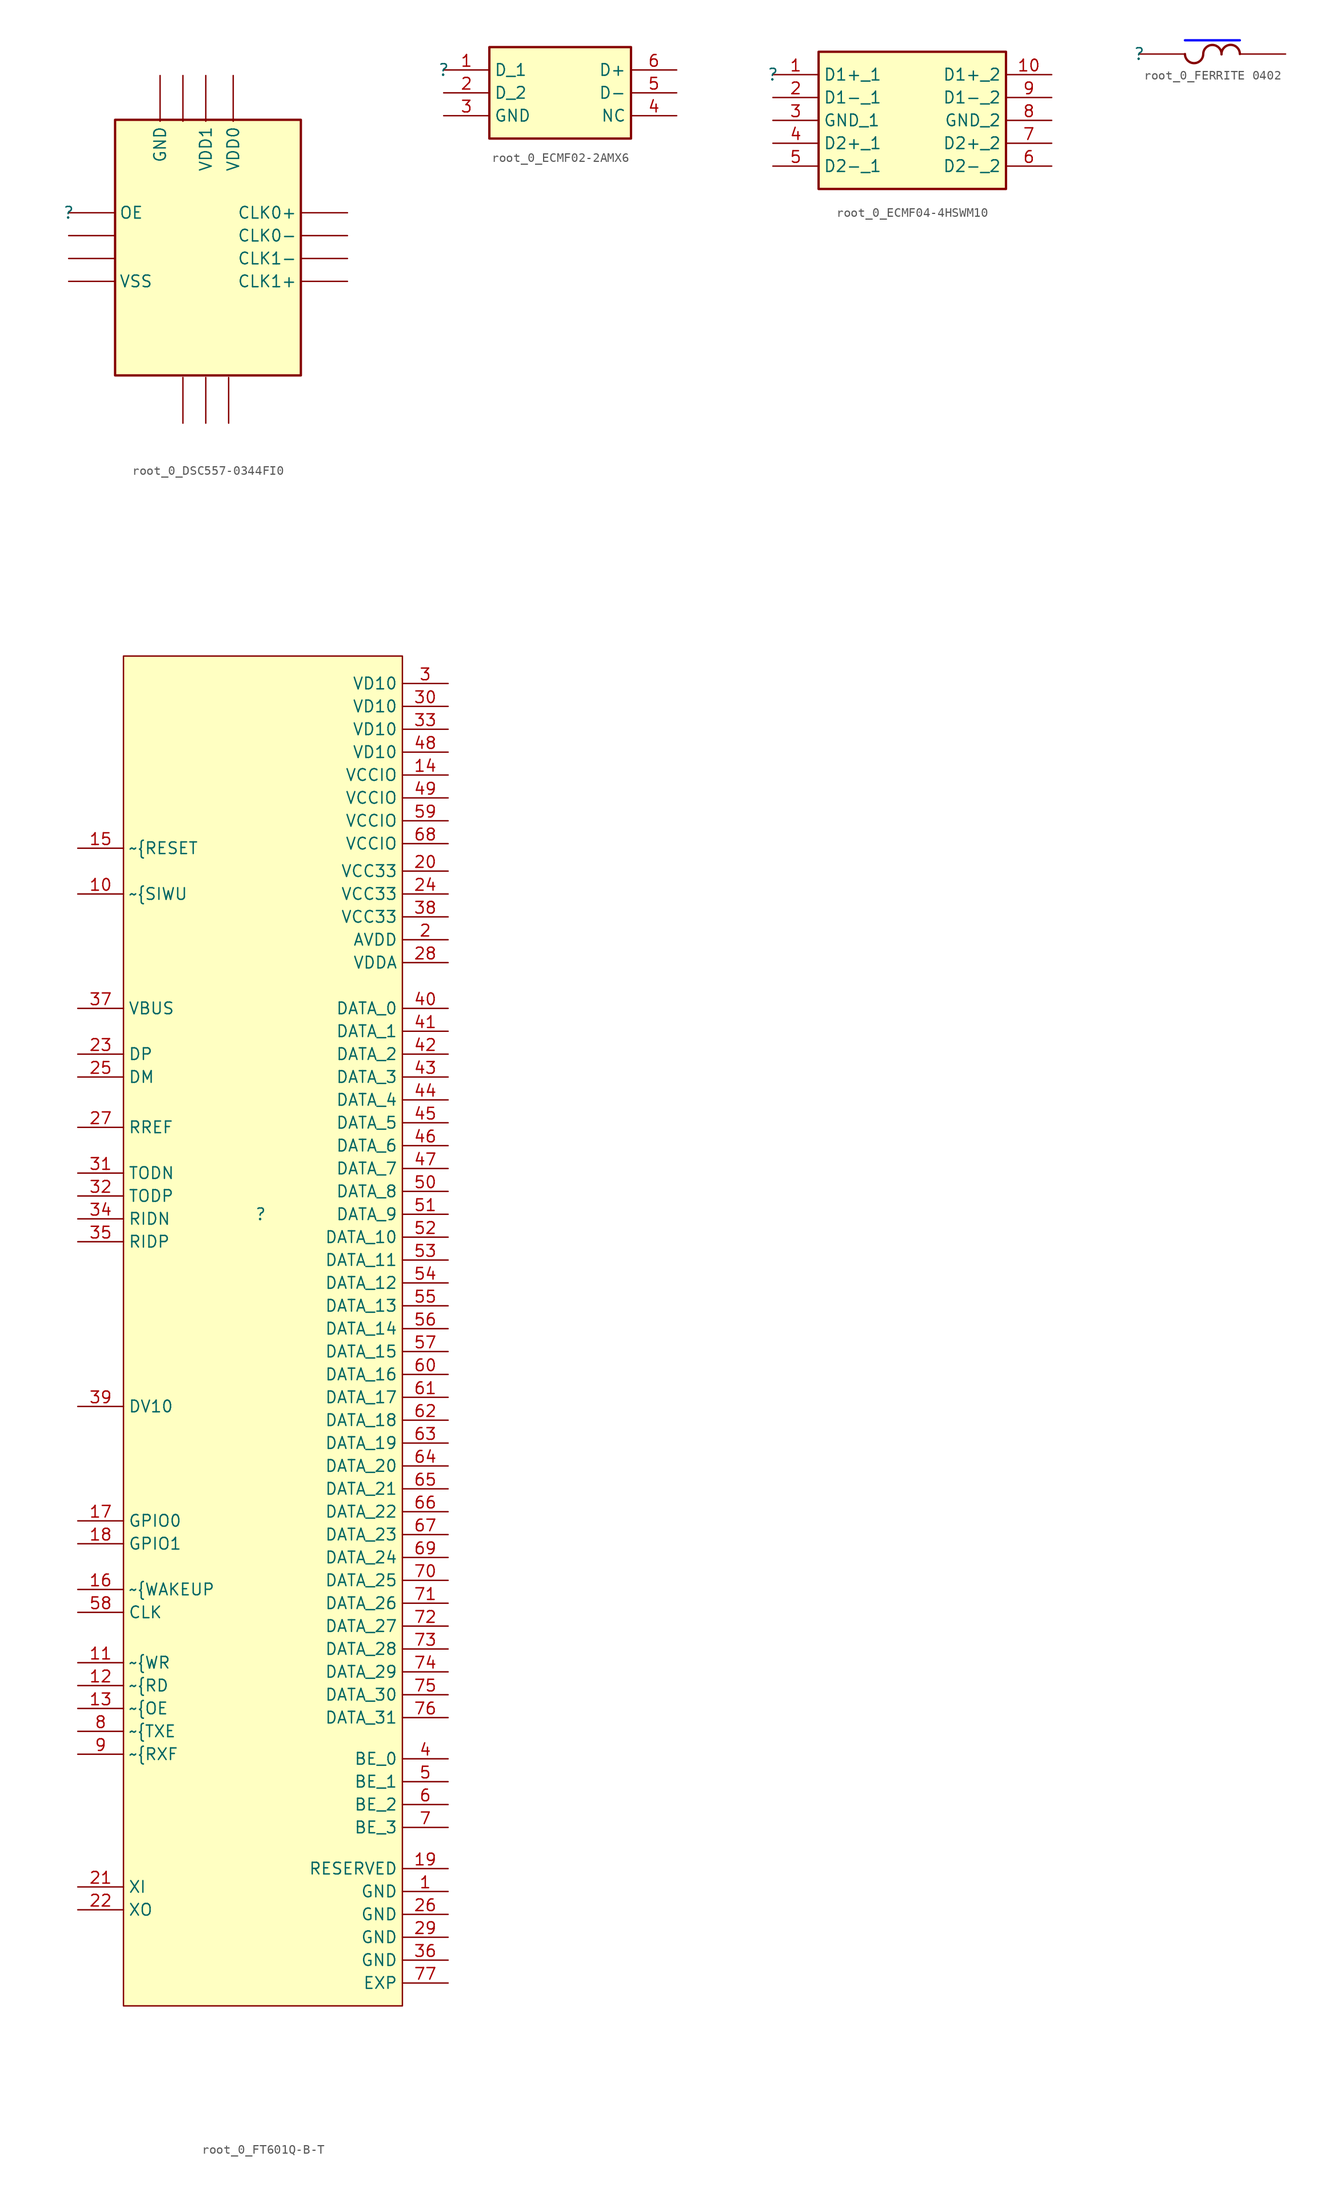
<source format=kicad_sym>
(kicad_symbol_lib
  (version 20220914)
  (generator kicad_symbol_editor)
  (symbol "root_0_DSC557-0344FI0"
    (property "Reference" ""
      (at 0 0 0)
      (effects (font (size 1.27 1.27))))
    (property "Value" ""
      (at 0 0 0)
      (effects (font (size 1.27 1.27))))
    (symbol "root_0_DSC557-0344FI0_1_0"
      (rectangle (start 25.4 10.16) (end 5.08 -17.78) (stroke (width 0.254) (type solid)) (fill (type background)))
      (pin passive line (at 0 0 0) (length 5) (name "OE" (effects (font (size 1.27 1.27)))) (number "1" (effects (font (size 0 0)))))
      (pin passive line (at 30.5 -2.5 180) (length 5) (name "CLK0-" (effects (font (size 1.27 1.27)))) (number "10" (effects (font (size 0 0)))))
      (pin passive line (at 30.5 0 180) (length 5) (name "CLK0+" (effects (font (size 1.27 1.27)))) (number "11" (effects (font (size 0 0)))))
      (pin passive line (at 18 15 270) (length 5) (name "VDD0" (effects (font (size 1.27 1.27)))) (number "12" (effects (font (size 0 0)))))
      (pin passive line (at 15 15 270) (length 5) (name "VDD1" (effects (font (size 1.27 1.27)))) (number "13" (effects (font (size 0 0)))))
      (pin passive line (at 12.5 15 270) (length 5) (name "NC_6" (effects (font (size 0 0)))) (number "14" (effects (font (size 0 0)))))
      (pin passive line (at 10 15 270) (length 5) (name "GND" (effects (font (size 1.27 1.27)))) (number "15" (effects (font (size 0 0)))))
      (pin passive line (at 0 -2.5 0) (length 5) (name "NC_1" (effects (font (size 0 0)))) (number "2" (effects (font (size 0 0)))))
      (pin passive line (at 0 -5 0) (length 5) (name "NC_2" (effects (font (size 0 0)))) (number "3" (effects (font (size 0 0)))))
      (pin passive line (at 0 -7.5 0) (length 5) (name "VSS" (effects (font (size 1.27 1.27)))) (number "4" (effects (font (size 0 0)))))
      (pin passive line (at 12.5 -23 90) (length 5) (name "NC_3" (effects (font (size 0 0)))) (number "5" (effects (font (size 0 0)))))
      (pin passive line (at 15 -23 90) (length 5) (name "NC_4" (effects (font (size 0 0)))) (number "6" (effects (font (size 0 0)))))
      (pin passive line (at 17.5 -23 90) (length 5) (name "NC_5" (effects (font (size 0 0)))) (number "7" (effects (font (size 0 0)))))
      (pin passive line (at 30.5 -7.5 180) (length 5) (name "CLK1+" (effects (font (size 1.27 1.27)))) (number "8" (effects (font (size 0 0)))))
      (pin passive line (at 30.5 -5 180) (length 5) (name "CLK1-" (effects (font (size 1.27 1.27)))) (number "9" (effects (font (size 0 0)))))))
  (symbol "root_0_ECMF02-2AMX6"
    (property "Reference" ""
      (at 0 0 0)
      (effects (font (size 1.27 1.27))))
    (property "Value" ""
      (at 0 0 0)
      (effects (font (size 1.27 1.27))))
    (symbol "root_0_ECMF02-2AMX6_1_0"
      (rectangle (start 20.499 2.5) (end 5 -7.5) (stroke (width 0.254) (type solid)) (fill (type background)))
      (pin passive line (at 0 0 0) (length 5) (name "D_1" (effects (font (size 1.27 1.27)))) (number "1" (effects (font (size 1.27 1.27)))))
      (pin passive line (at 0 -2.5 0) (length 5) (name "D_2" (effects (font (size 1.27 1.27)))) (number "2" (effects (font (size 1.27 1.27)))))
      (pin passive line (at 0 -5 0) (length 5) (name "GND" (effects (font (size 1.27 1.27)))) (number "3" (effects (font (size 1.27 1.27)))))
      (pin passive line (at 25.499 -5 180) (length 5) (name "NC" (effects (font (size 1.27 1.27)))) (number "4" (effects (font (size 1.27 1.27)))))
      (pin passive line (at 25.499 -2.5 180) (length 5) (name "D-" (effects (font (size 1.27 1.27)))) (number "5" (effects (font (size 1.27 1.27)))))
      (pin passive line (at 25.499 0 180) (length 5) (name "D+" (effects (font (size 1.27 1.27)))) (number "6" (effects (font (size 1.27 1.27)))))))
  (symbol "root_0_ECMF04-4HSWM10"
    (property "Reference" ""
      (at 0 0 0)
      (effects (font (size 1.27 1.27))))
    (property "Value" ""
      (at 0 0 0)
      (effects (font (size 1.27 1.27))))
    (symbol "root_0_ECMF04-4HSWM10_1_0"
      (rectangle (start 25.5 2.5) (end 5 -12.5) (stroke (width 0.254) (type solid)) (fill (type background)))
      (pin passive line (at 0 0 0) (length 5) (name "D1+_1" (effects (font (size 1.27 1.27)))) (number "1" (effects (font (size 1.27 1.27)))))
      (pin passive line (at 30.5 0 180) (length 5) (name "D1+_2" (effects (font (size 1.27 1.27)))) (number "10" (effects (font (size 1.27 1.27)))))
      (pin passive line (at 0 -2.5 0) (length 5) (name "D1-_1" (effects (font (size 1.27 1.27)))) (number "2" (effects (font (size 1.27 1.27)))))
      (pin passive line (at 0 -5 0) (length 5) (name "GND_1" (effects (font (size 1.27 1.27)))) (number "3" (effects (font (size 1.27 1.27)))))
      (pin passive line (at 0 -7.5 0) (length 5) (name "D2+_1" (effects (font (size 1.27 1.27)))) (number "4" (effects (font (size 1.27 1.27)))))
      (pin passive line (at 0 -10 0) (length 5) (name "D2-_1" (effects (font (size 1.27 1.27)))) (number "5" (effects (font (size 1.27 1.27)))))
      (pin passive line (at 30.5 -10 180) (length 5) (name "D2-_2" (effects (font (size 1.27 1.27)))) (number "6" (effects (font (size 1.27 1.27)))))
      (pin passive line (at 30.5 -7.5 180) (length 5) (name "D2+_2" (effects (font (size 1.27 1.27)))) (number "7" (effects (font (size 1.27 1.27)))))
      (pin passive line (at 30.5 -5 180) (length 5) (name "GND_2" (effects (font (size 1.27 1.27)))) (number "8" (effects (font (size 1.27 1.27)))))
      (pin passive line (at 30.5 -2.5 180) (length 5) (name "D1-_2" (effects (font (size 1.27 1.27)))) (number "9" (effects (font (size 1.27 1.27)))))))
  (symbol "root_0_FERRITE 0402"
    (property "Reference" ""
      (at 0 0 0)
      (effects (font (size 1.27 1.27))))
    (property "Value" ""
      (at 0 0 0)
      (effects (font (size 1.27 1.27))))
    (symbol "root_0_FERRITE 0402_1_0"
      (polyline (pts (xy 5 1.5) (xy 11 1.5)) (stroke (width 0.254) (type solid) (color 0 0 255 1)) (fill (type none)))
      (arc (start 5.003 0.0001) (mid 5.9799 -0.9968) (end 6.9962 -0.04) (stroke (width 0.254) (type solid)) (fill (type none)))
      (arc (start 8.9992 -0.0401) (mid 8.0399 0.9949) (end 7.0008 0.0401) (stroke (width 0.254) (type solid)) (fill (type none)))
      (arc (start 11.004 0.0009) (mid 10.0089 1.004) (end 8.9962 0.0187) (stroke (width 0.254) (type solid)) (fill (type none)))
      (pin passive line (at 0 0 0) (length 5) (name "1" (effects (font (size 0 0)))) (number "1" (effects (font (size 0 0)))))
      (pin passive line (at 16 0 180) (length 5) (name "2" (effects (font (size 0 0)))) (number "2" (effects (font (size 0 0)))))))
  (symbol "root_0_FT601Q-B-T"
    (property "Reference" ""
      (at 0 0 0)
      (effects (font (size 1.27 1.27))))
    (property "Value" ""
      (at 0 0 0)
      (effects (font (size 1.27 1.27))))
    (symbol "root_0_FT601Q-B-T_1_0"
      (rectangle (start 15.5 60.999) (end -15 -86.5) (stroke (width 0) (type solid)) (fill (type background)))
      (pin power_in line (at 20.5 -74 180) (length 5) (name "GND" (effects (font (size 1.27 1.27)))) (number "1" (effects (font (size 1.27 1.27)))))
      (pin input line (at -20 34.999 0) (length 5) (name "~{SIWU" (effects (font (size 1.27 1.27)))) (number "10" (effects (font (size 1.27 1.27)))))
      (pin input line (at -20 -49 0) (length 5) (name "~{WR" (effects (font (size 1.27 1.27)))) (number "11" (effects (font (size 1.27 1.27)))))
      (pin input line (at -20 -51.5 0) (length 5) (name "~{RD" (effects (font (size 1.27 1.27)))) (number "12" (effects (font (size 1.27 1.27)))))
      (pin input line (at -20 -54 0) (length 5) (name "~{OE" (effects (font (size 1.27 1.27)))) (number "13" (effects (font (size 1.27 1.27)))))
      (pin power_in line (at 20.5 47.999 180) (length 5) (name "VCCIO" (effects (font (size 1.27 1.27)))) (number "14" (effects (font (size 1.27 1.27)))))
      (pin input line (at -20 39.999 0) (length 5) (name "~{RESET" (effects (font (size 1.27 1.27)))) (number "15" (effects (font (size 1.27 1.27)))))
      (pin bidirectional line (at -20 -41 0) (length 5) (name "~{WAKEUP" (effects (font (size 1.27 1.27)))) (number "16" (effects (font (size 1.27 1.27)))))
      (pin bidirectional line (at -20 -33.5 0) (length 5) (name "GPIO0" (effects (font (size 1.27 1.27)))) (number "17" (effects (font (size 1.27 1.27)))))
      (pin bidirectional line (at -20 -36 0) (length 5) (name "GPIO1" (effects (font (size 1.27 1.27)))) (number "18" (effects (font (size 1.27 1.27)))))
      (pin passive line (at 20.5 -71.5 180) (length 5) (name "RESERVED" (effects (font (size 1.27 1.27)))) (number "19" (effects (font (size 1.27 1.27)))))
      (pin power_in line (at 20.5 29.999 180) (length 5) (name "AVDD" (effects (font (size 1.27 1.27)))) (number "2" (effects (font (size 1.27 1.27)))))
      (pin power_in line (at 20.5 37.499 180) (length 5) (name "VCC33" (effects (font (size 1.27 1.27)))) (number "20" (effects (font (size 1.27 1.27)))))
      (pin input line (at -20 -73.5 0) (length 5) (name "XI" (effects (font (size 1.27 1.27)))) (number "21" (effects (font (size 1.27 1.27)))))
      (pin output line (at -20 -76 0) (length 5) (name "XO" (effects (font (size 1.27 1.27)))) (number "22" (effects (font (size 1.27 1.27)))))
      (pin bidirectional line (at -20 17.5 0) (length 5) (name "DP" (effects (font (size 1.27 1.27)))) (number "23" (effects (font (size 1.27 1.27)))))
      (pin power_in line (at 20.5 34.999 180) (length 5) (name "VCC33" (effects (font (size 1.27 1.27)))) (number "24" (effects (font (size 1.27 1.27)))))
      (pin bidirectional line (at -20 15 0) (length 5) (name "DM" (effects (font (size 1.27 1.27)))) (number "25" (effects (font (size 1.27 1.27)))))
      (pin power_in line (at 20.5 -76.5 180) (length 5) (name "GND" (effects (font (size 1.27 1.27)))) (number "26" (effects (font (size 1.27 1.27)))))
      (pin input line (at -20 9.5 0) (length 5) (name "RREF" (effects (font (size 1.27 1.27)))) (number "27" (effects (font (size 1.27 1.27)))))
      (pin power_in line (at 20.5 27.499 180) (length 5) (name "VDDA" (effects (font (size 1.27 1.27)))) (number "28" (effects (font (size 1.27 1.27)))))
      (pin power_in line (at 20.5 -79 180) (length 5) (name "GND" (effects (font (size 1.27 1.27)))) (number "29" (effects (font (size 1.27 1.27)))))
      (pin power_in line (at 20.5 57.999 180) (length 5) (name "VD10" (effects (font (size 1.27 1.27)))) (number "3" (effects (font (size 1.27 1.27)))))
      (pin power_in line (at 20.5 55.499 180) (length 5) (name "VD10" (effects (font (size 1.27 1.27)))) (number "30" (effects (font (size 1.27 1.27)))))
      (pin output line (at -20 4.5 0) (length 5) (name "TODN" (effects (font (size 1.27 1.27)))) (number "31" (effects (font (size 1.27 1.27)))))
      (pin output line (at -20 2 0) (length 5) (name "TODP" (effects (font (size 1.27 1.27)))) (number "32" (effects (font (size 1.27 1.27)))))
      (pin power_in line (at 20.5 52.999 180) (length 5) (name "VD10" (effects (font (size 1.27 1.27)))) (number "33" (effects (font (size 1.27 1.27)))))
      (pin input line (at -20 -0.5 0) (length 5) (name "RIDN" (effects (font (size 1.27 1.27)))) (number "34" (effects (font (size 1.27 1.27)))))
      (pin input line (at -20 -3 0) (length 5) (name "RIDP" (effects (font (size 1.27 1.27)))) (number "35" (effects (font (size 1.27 1.27)))))
      (pin power_in line (at 20.5 -81.5 180) (length 5) (name "GND" (effects (font (size 1.27 1.27)))) (number "36" (effects (font (size 1.27 1.27)))))
      (pin input line (at -20 22.499 0) (length 5) (name "VBUS" (effects (font (size 1.27 1.27)))) (number "37" (effects (font (size 1.27 1.27)))))
      (pin power_in line (at 20.5 32.499 180) (length 5) (name "VCC33" (effects (font (size 1.27 1.27)))) (number "38" (effects (font (size 1.27 1.27)))))
      (pin output line (at -20 -21 0) (length 5) (name "DV10" (effects (font (size 1.27 1.27)))) (number "39" (effects (font (size 1.27 1.27)))))
      (pin bidirectional line (at 20.5 -59.5 180) (length 5) (name "BE_0" (effects (font (size 1.27 1.27)))) (number "4" (effects (font (size 1.27 1.27)))))
      (pin bidirectional line (at 20.5 22.499 180) (length 5) (name "DATA_0" (effects (font (size 1.27 1.27)))) (number "40" (effects (font (size 1.27 1.27)))))
      (pin bidirectional line (at 20.5 20 180) (length 5) (name "DATA_1" (effects (font (size 1.27 1.27)))) (number "41" (effects (font (size 1.27 1.27)))))
      (pin bidirectional line (at 20.5 17.5 180) (length 5) (name "DATA_2" (effects (font (size 1.27 1.27)))) (number "42" (effects (font (size 1.27 1.27)))))
      (pin bidirectional line (at 20.5 15 180) (length 5) (name "DATA_3" (effects (font (size 1.27 1.27)))) (number "43" (effects (font (size 1.27 1.27)))))
      (pin bidirectional line (at 20.5 12.5 180) (length 5) (name "DATA_4" (effects (font (size 1.27 1.27)))) (number "44" (effects (font (size 1.27 1.27)))))
      (pin bidirectional line (at 20.5 10 180) (length 5) (name "DATA_5" (effects (font (size 1.27 1.27)))) (number "45" (effects (font (size 1.27 1.27)))))
      (pin bidirectional line (at 20.5 7.5 180) (length 5) (name "DATA_6" (effects (font (size 1.27 1.27)))) (number "46" (effects (font (size 1.27 1.27)))))
      (pin bidirectional line (at 20.5 5 180) (length 5) (name "DATA_7" (effects (font (size 1.27 1.27)))) (number "47" (effects (font (size 1.27 1.27)))))
      (pin power_in line (at 20.5 50.499 180) (length 5) (name "VD10" (effects (font (size 1.27 1.27)))) (number "48" (effects (font (size 1.27 1.27)))))
      (pin power_in line (at 20.5 45.499 180) (length 5) (name "VCCIO" (effects (font (size 1.27 1.27)))) (number "49" (effects (font (size 1.27 1.27)))))
      (pin bidirectional line (at 20.5 -62 180) (length 5) (name "BE_1" (effects (font (size 1.27 1.27)))) (number "5" (effects (font (size 1.27 1.27)))))
      (pin bidirectional line (at 20.5 2.5 180) (length 5) (name "DATA_8" (effects (font (size 1.27 1.27)))) (number "50" (effects (font (size 1.27 1.27)))))
      (pin bidirectional line (at 20.5 0 180) (length 5) (name "DATA_9" (effects (font (size 1.27 1.27)))) (number "51" (effects (font (size 1.27 1.27)))))
      (pin bidirectional line (at 20.5 -2.5 180) (length 5) (name "DATA_10" (effects (font (size 1.27 1.27)))) (number "52" (effects (font (size 1.27 1.27)))))
      (pin bidirectional line (at 20.5 -5 180) (length 5) (name "DATA_11" (effects (font (size 1.27 1.27)))) (number "53" (effects (font (size 1.27 1.27)))))
      (pin bidirectional line (at 20.5 -7.5 180) (length 5) (name "DATA_12" (effects (font (size 1.27 1.27)))) (number "54" (effects (font (size 1.27 1.27)))))
      (pin bidirectional line (at 20.5 -10 180) (length 5) (name "DATA_13" (effects (font (size 1.27 1.27)))) (number "55" (effects (font (size 1.27 1.27)))))
      (pin bidirectional line (at 20.5 -12.5 180) (length 5) (name "DATA_14" (effects (font (size 1.27 1.27)))) (number "56" (effects (font (size 1.27 1.27)))))
      (pin bidirectional line (at 20.5 -15 180) (length 5) (name "DATA_15" (effects (font (size 1.27 1.27)))) (number "57" (effects (font (size 1.27 1.27)))))
      (pin output line (at -20 -43.5 0) (length 5) (name "CLK" (effects (font (size 1.27 1.27)))) (number "58" (effects (font (size 1.27 1.27)))))
      (pin power_in line (at 20.5 42.999 180) (length 5) (name "VCCIO" (effects (font (size 1.27 1.27)))) (number "59" (effects (font (size 1.27 1.27)))))
      (pin bidirectional line (at 20.5 -64.5 180) (length 5) (name "BE_2" (effects (font (size 1.27 1.27)))) (number "6" (effects (font (size 1.27 1.27)))))
      (pin bidirectional line (at 20.5 -17.5 180) (length 5) (name "DATA_16" (effects (font (size 1.27 1.27)))) (number "60" (effects (font (size 1.27 1.27)))))
      (pin bidirectional line (at 20.5 -20 180) (length 5) (name "DATA_17" (effects (font (size 1.27 1.27)))) (number "61" (effects (font (size 1.27 1.27)))))
      (pin bidirectional line (at 20.5 -22.5 180) (length 5) (name "DATA_18" (effects (font (size 1.27 1.27)))) (number "62" (effects (font (size 1.27 1.27)))))
      (pin bidirectional line (at 20.5 -25 180) (length 5) (name "DATA_19" (effects (font (size 1.27 1.27)))) (number "63" (effects (font (size 1.27 1.27)))))
      (pin bidirectional line (at 20.5 -27.5 180) (length 5) (name "DATA_20" (effects (font (size 1.27 1.27)))) (number "64" (effects (font (size 1.27 1.27)))))
      (pin bidirectional line (at 20.5 -30 180) (length 5) (name "DATA_21" (effects (font (size 1.27 1.27)))) (number "65" (effects (font (size 1.27 1.27)))))
      (pin bidirectional line (at 20.5 -32.5 180) (length 5) (name "DATA_22" (effects (font (size 1.27 1.27)))) (number "66" (effects (font (size 1.27 1.27)))))
      (pin bidirectional line (at 20.5 -35 180) (length 5) (name "DATA_23" (effects (font (size 1.27 1.27)))) (number "67" (effects (font (size 1.27 1.27)))))
      (pin power_in line (at 20.5 40.499 180) (length 5) (name "VCCIO" (effects (font (size 1.27 1.27)))) (number "68" (effects (font (size 1.27 1.27)))))
      (pin bidirectional line (at 20.5 -37.5 180) (length 5) (name "DATA_24" (effects (font (size 1.27 1.27)))) (number "69" (effects (font (size 1.27 1.27)))))
      (pin bidirectional line (at 20.5 -67 180) (length 5) (name "BE_3" (effects (font (size 1.27 1.27)))) (number "7" (effects (font (size 1.27 1.27)))))
      (pin bidirectional line (at 20.5 -40 180) (length 5) (name "DATA_25" (effects (font (size 1.27 1.27)))) (number "70" (effects (font (size 1.27 1.27)))))
      (pin bidirectional line (at 20.5 -42.5 180) (length 5) (name "DATA_26" (effects (font (size 1.27 1.27)))) (number "71" (effects (font (size 1.27 1.27)))))
      (pin bidirectional line (at 20.5 -45 180) (length 5) (name "DATA_27" (effects (font (size 1.27 1.27)))) (number "72" (effects (font (size 1.27 1.27)))))
      (pin bidirectional line (at 20.5 -47.5 180) (length 5) (name "DATA_28" (effects (font (size 1.27 1.27)))) (number "73" (effects (font (size 1.27 1.27)))))
      (pin bidirectional line (at 20.5 -50 180) (length 5) (name "DATA_29" (effects (font (size 1.27 1.27)))) (number "74" (effects (font (size 1.27 1.27)))))
      (pin bidirectional line (at 20.5 -52.5 180) (length 5) (name "DATA_30" (effects (font (size 1.27 1.27)))) (number "75" (effects (font (size 1.27 1.27)))))
      (pin bidirectional line (at 20.5 -55 180) (length 5) (name "DATA_31" (effects (font (size 1.27 1.27)))) (number "76" (effects (font (size 1.27 1.27)))))
      (pin power_in line (at 20.5 -84 180) (length 5) (name "EXP" (effects (font (size 1.27 1.27)))) (number "77" (effects (font (size 1.27 1.27)))))
      (pin output line (at -20 -56.5 0) (length 5) (name "~{TXE" (effects (font (size 1.27 1.27)))) (number "8" (effects (font (size 1.27 1.27)))))
      (pin output line (at -20 -59 0) (length 5) (name "~{RXF" (effects (font (size 1.27 1.27)))) (number "9" (effects (font (size 1.27 1.27))))))))
</source>
